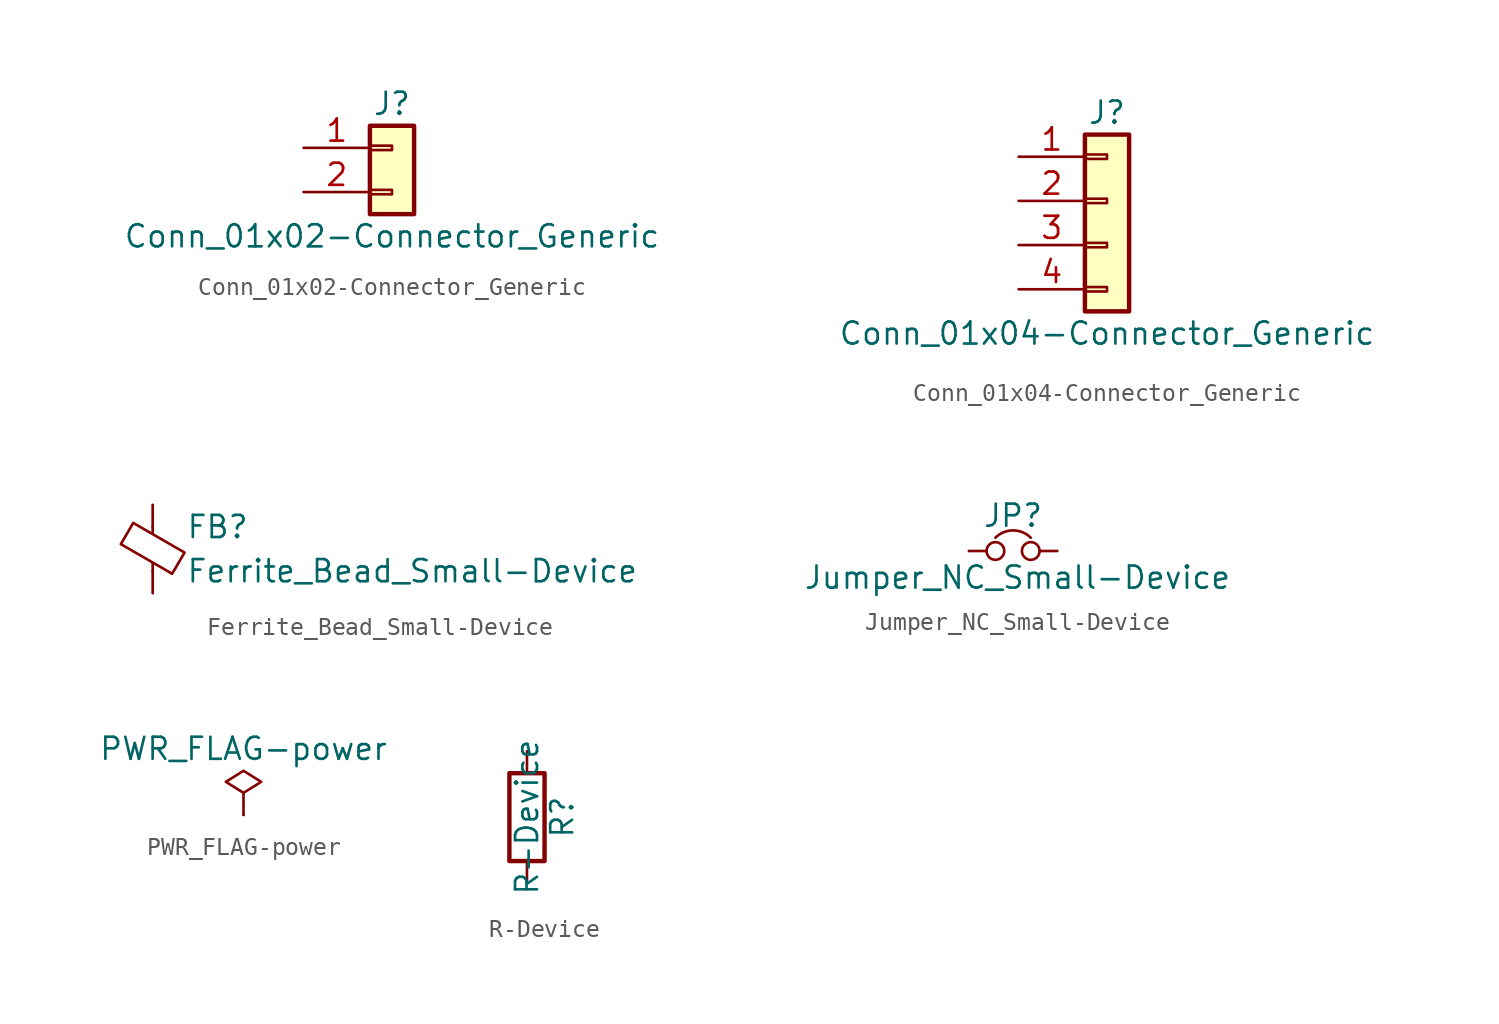
<source format=kicad_sym>
(kicad_symbol_lib
  (version 20201005)
  (generator kicad_symbol_editor)
  (symbol "Conn_01x02-Connector_Generic"
    (pin_names
      (offset 1.016) hide)
    (property "Reference" "J"
      (at 0 2.54 0)
      (effects (font (size 1.27 1.27))))
    (property "Value" "Conn_01x02-Connector_Generic"
      (at 0 -5.08 0)
      (effects (font (size 1.27 1.27))))
    (symbol "Conn_01x02-Connector_Generic_1_1"
      (rectangle (start -1.27 -2.413) (end 0 -2.667) (stroke (width 0.152)) (fill (type none)))
      (rectangle (start -1.27 0.127) (end 0 -0.127) (stroke (width 0.152)) (fill (type none)))
      (rectangle (start -1.27 1.27) (end 1.27 -3.81) (stroke (width 0.254)) (fill (type background)))
      (pin passive line (at -5.08 0 0) (length 3.81) (name "Pin_1" (effects (font (size 1.27 1.27)))) (number "1" (effects (font (size 1.27 1.27)))))
      (pin passive line (at -5.08 -2.54 0) (length 3.81) (name "Pin_2" (effects (font (size 1.27 1.27)))) (number "2" (effects (font (size 1.27 1.27)))))))
  (symbol "Conn_01x04-Connector_Generic"
    (pin_names
      (offset 1.016) hide)
    (property "Reference" "J"
      (at 0 5.08 0)
      (effects (font (size 1.27 1.27))))
    (property "Value" "Conn_01x04-Connector_Generic"
      (at 0 -7.62 0)
      (effects (font (size 1.27 1.27))))
    (symbol "Conn_01x04-Connector_Generic_1_1"
      (rectangle (start -1.27 -4.953) (end 0 -5.207) (stroke (width 0.152)) (fill (type none)))
      (rectangle (start -1.27 -2.413) (end 0 -2.667) (stroke (width 0.152)) (fill (type none)))
      (rectangle (start -1.27 0.127) (end 0 -0.127) (stroke (width 0.152)) (fill (type none)))
      (rectangle (start -1.27 2.667) (end 0 2.413) (stroke (width 0.152)) (fill (type none)))
      (rectangle (start -1.27 3.81) (end 1.27 -6.35) (stroke (width 0.254)) (fill (type background)))
      (pin passive line (at -5.08 2.54 0) (length 3.81) (name "Pin_1" (effects (font (size 1.27 1.27)))) (number "1" (effects (font (size 1.27 1.27)))))
      (pin passive line (at -5.08 0 0) (length 3.81) (name "Pin_2" (effects (font (size 1.27 1.27)))) (number "2" (effects (font (size 1.27 1.27)))))
      (pin passive line (at -5.08 -2.54 0) (length 3.81) (name "Pin_3" (effects (font (size 1.27 1.27)))) (number "3" (effects (font (size 1.27 1.27)))))
      (pin passive line (at -5.08 -5.08 0) (length 3.81) (name "Pin_4" (effects (font (size 1.27 1.27)))) (number "4" (effects (font (size 1.27 1.27)))))))
  (symbol "Ferrite_Bead_Small-Device"
    (pin_numbers hide)
    (pin_names
      (offset 0))
    (property "Reference" "FB"
      (at 1.905 1.27 0)
      (effects (font (size 1.27 1.27)) (justify left)))
    (property "Value" "Ferrite_Bead_Small-Device"
      (at 1.905 -1.27 0)
      (effects (font (size 1.27 1.27)) (justify left)))
    (symbol "Ferrite_Bead_Small-Device_0_1"
      (polyline (pts (xy 0 -1.27) (xy 0 -0.787)) (stroke (width 0)) (fill (type none)))
      (polyline (pts (xy 0 0.889) (xy 0 1.295)) (stroke (width 0)) (fill (type none)))
      (polyline (pts (xy -1.829 0.279) (xy -1.118 1.499) (xy 1.829 -0.203) (xy 1.118 -1.422) (xy -1.829 0.279)) (stroke (width 0)) (fill (type none))))
    (symbol "Ferrite_Bead_Small-Device_1_1"
      (pin passive line (at 0 2.54 270) (length 1.27) (name "~" (effects (font (size 1.27 1.27)))) (number "1" (effects (font (size 1.27 1.27)))))
      (pin passive line (at 0 -2.54 90) (length 1.27) (name "~" (effects (font (size 1.27 1.27)))) (number "2" (effects (font (size 1.27 1.27)))))))
  (symbol "Jumper_NC_Small-Device"
    (pin_numbers hide)
    (pin_names
      (offset 0.762) hide)
    (property "Reference" "JP"
      (at 0 2.032 0)
      (effects (font (size 1.27 1.27))))
    (property "Value" "Jumper_NC_Small-Device"
      (at 0.254 -1.524 0)
      (effects (font (size 1.27 1.27))))
    (symbol "Jumper_NC_Small-Device_0_1"
      (arc (start 1.016 0.762) (end -1.016 0.762) (radius (at 0 -0.254) (length 1.4478) (angles 45 135)) (stroke (width 0)) (fill (type none)))
      (circle (center -1.016 0) (radius 0.508) (stroke (width 0)) (fill (type none)))
      (circle (center 1.016 0) (radius 0.508) (stroke (width 0)) (fill (type none)))
      (pin passive line (at -2.54 0 0) (length 1.016) (name "1" (effects (font (size 1.27 1.27)))) (number "1" (effects (font (size 1.27 1.27)))))
      (pin passive line (at 2.54 0 180) (length 1.016) (name "2" (effects (font (size 1.27 1.27)))) (number "2" (effects (font (size 1.27 1.27)))))))
  (symbol "PWR_FLAG-power"
    (power)
    (pin_numbers hide)
    (pin_names
      (offset 0) hide)
    (property "Reference" "#FLG"
      (at 0 1.905 0)
      (effects (font (size 1.27 1.27)) hide))
    (property "Value" "PWR_FLAG-power"
      (at 0 3.81 0)
      (effects (font (size 1.27 1.27))))
    (symbol "PWR_FLAG-power_0_0"
      (pin power_out line (at 0 0 90) (length 0) (name "pwr" (effects (font (size 1.27 1.27)))) (number "1" (effects (font (size 1.27 1.27))))))
    (symbol "PWR_FLAG-power_0_1"
      (polyline (pts (xy 0 0) (xy 0 1.27) (xy -1.016 1.905) (xy 0 2.54) (xy 1.016 1.905) (xy 0 1.27)) (stroke (width 0)) (fill (type none)))))
  (symbol "R-Device"
    (pin_numbers hide)
    (pin_names
      (offset 0))
    (property "Reference" "R"
      (at 2.032 0 90)
      (effects (font (size 1.27 1.27))))
    (property "Value" "R-Device"
      (at 0 0 90)
      (effects (font (size 1.27 1.27))))
    (symbol "R-Device_0_1"
      (rectangle (start -1.016 -2.54) (end 1.016 2.54) (stroke (width 0.254)) (fill (type none))))
    (symbol "R-Device_1_1"
      (pin passive line (at 0 3.81 270) (length 1.27) (name "~" (effects (font (size 1.27 1.27)))) (number "1" (effects (font (size 1.27 1.27)))))
      (pin passive line (at 0 -3.81 90) (length 1.27) (name "~" (effects (font (size 1.27 1.27)))) (number "2" (effects (font (size 1.27 1.27))))))))
</source>
